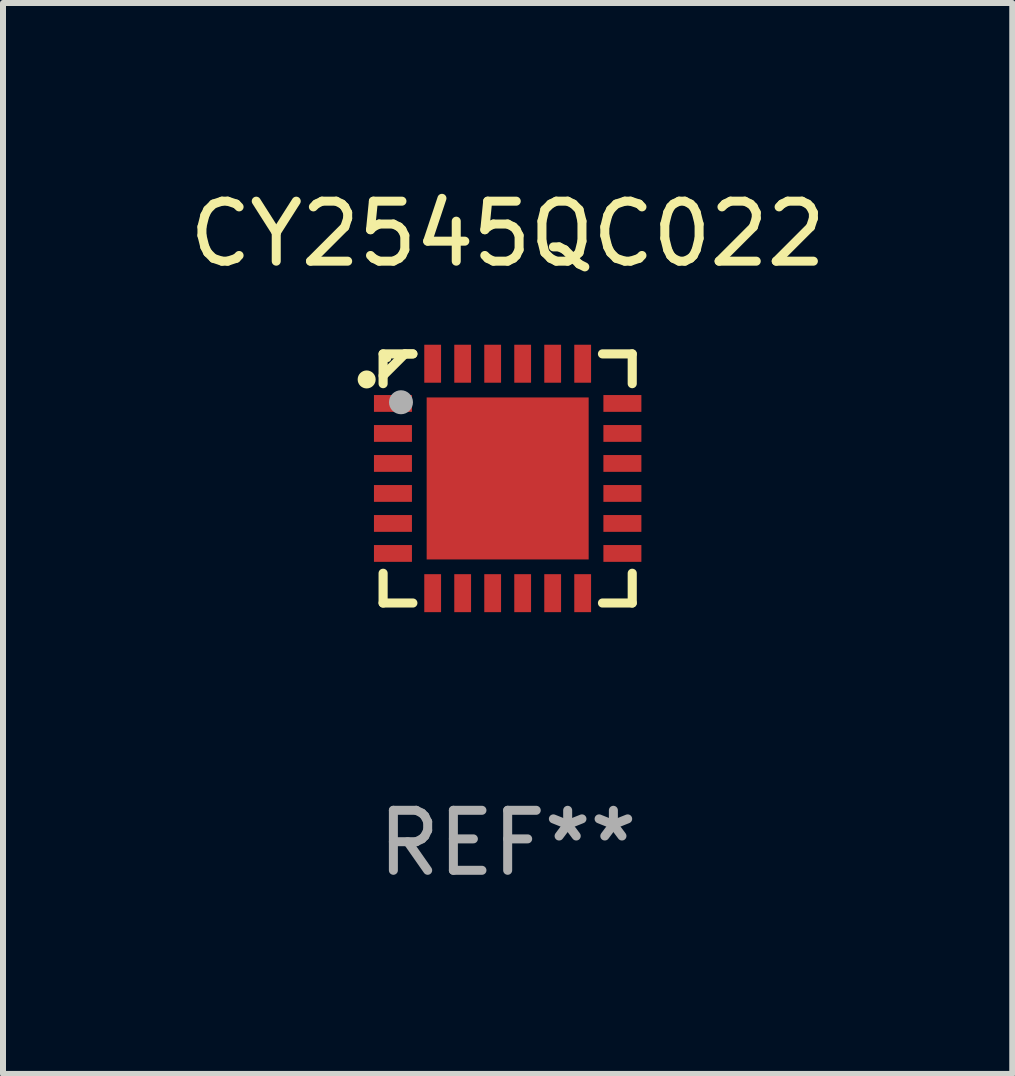
<source format=kicad_pcb>
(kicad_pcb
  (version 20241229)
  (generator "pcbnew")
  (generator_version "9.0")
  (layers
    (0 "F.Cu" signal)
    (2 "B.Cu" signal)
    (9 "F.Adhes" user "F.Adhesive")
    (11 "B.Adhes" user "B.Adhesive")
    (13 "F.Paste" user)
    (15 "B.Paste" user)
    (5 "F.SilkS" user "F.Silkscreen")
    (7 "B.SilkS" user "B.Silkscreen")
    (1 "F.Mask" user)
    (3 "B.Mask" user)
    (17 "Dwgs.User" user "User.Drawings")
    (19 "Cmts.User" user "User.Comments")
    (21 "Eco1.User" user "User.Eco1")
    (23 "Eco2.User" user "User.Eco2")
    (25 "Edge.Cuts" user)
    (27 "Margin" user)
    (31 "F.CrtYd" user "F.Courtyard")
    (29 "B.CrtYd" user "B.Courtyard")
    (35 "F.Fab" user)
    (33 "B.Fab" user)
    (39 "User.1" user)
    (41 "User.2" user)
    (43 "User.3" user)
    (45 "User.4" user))
  (footprint "CY2545QC022"
    (layer "F.Cu")
    (at 5.411 4.924)
    (property "Reference" "CY2545QC022" (at 0 -4.076 0) (layer "F.SilkS") (effects (font (size 1 1) (thickness 0.15))))
    (attr through_hole)
    (fp_line (start -2.076 -2.076) (end -2.076 -1.58) (stroke (width 0.152) (type solid)) (layer "F.SilkS"))
    (fp_line (start -2.076 2.076) (end -2.076 1.58) (stroke (width 0.152) (type solid)) (layer "F.SilkS"))
    (fp_line (start -1.713 -2.076) (end -2.076 -1.713) (stroke (width 0.152) (type solid)) (layer "F.SilkS"))
    (fp_line (start -1.58 -2.076) (end -2.076 -2.076) (stroke (width 0.152) (type solid)) (layer "F.SilkS"))
    (fp_line (start -1.58 -2.076) (end -1.713 -2.076) (stroke (width 0.152) (type solid)) (layer "F.SilkS"))
    (fp_line (start -1.58 2.076) (end -2.076 2.076) (stroke (width 0.152) (type solid)) (layer "F.SilkS"))
    (fp_line (start 1.58 -2.076) (end 2.076 -2.076) (stroke (width 0.152) (type solid)) (layer "F.SilkS"))
    (fp_line (start 1.58 2.076) (end 2.076 2.076) (stroke (width 0.152) (type solid)) (layer "F.SilkS"))
    (fp_line (start 2.076 -2.076) (end 2.076 -1.58) (stroke (width 0.152) (type solid)) (layer "F.SilkS"))
    (fp_line (start 2.076 2.076) (end 2.076 1.58) (stroke (width 0.152) (type solid)) (layer "F.SilkS"))
    (fp_circle (center -2.35 -1.65) (end -2.275 -1.65) (stroke (width 0.15) (type solid)) (fill no) (layer "F.SilkS"))
    (fp_circle (center -2 -2) (end -1.97 -2) (stroke (width 0.06) (type solid)) (fill no) (layer "F.SilkS"))
    (fp_circle (center -1.778 -1.27) (end -1.678 -1.27) (stroke (width 0.2) (type solid)) (fill no) (layer "F.Fab"))
    (fp_text user "REF**" (at 0 6.076 0) (layer "F.Fab") (effects (font (size 1 1) (thickness 0.15))))
    (pad "1" smd rect (at -1.912 -1.25) (size 0.633 0.28) (layers "F.Cu" "F.Mask" "F.Paste"))
    (pad "2" smd rect (at -1.912 -0.75) (size 0.633 0.28) (layers "F.Cu" "F.Mask" "F.Paste"))
    (pad "3" smd rect (at -1.912 -0.25) (size 0.633 0.28) (layers "F.Cu" "F.Mask" "F.Paste"))
    (pad "4" smd rect (at -1.912 0.25) (size 0.633 0.28) (layers "F.Cu" "F.Mask" "F.Paste"))
    (pad "5" smd rect (at -1.912 0.75) (size 0.633 0.28) (layers "F.Cu" "F.Mask" "F.Paste"))
    (pad "6" smd rect (at -1.912 1.25) (size 0.633 0.28) (layers "F.Cu" "F.Mask" "F.Paste"))
    (pad "7" smd rect (at -1.25 1.912) (size 0.28 0.633) (layers "F.Cu" "F.Mask" "F.Paste"))
    (pad "8" smd rect (at -0.75 1.912) (size 0.28 0.633) (layers "F.Cu" "F.Mask" "F.Paste"))
    (pad "9" smd rect (at -0.25 1.912) (size 0.28 0.633) (layers "F.Cu" "F.Mask" "F.Paste"))
    (pad "10" smd rect (at 0.25 1.912) (size 0.28 0.633) (layers "F.Cu" "F.Mask" "F.Paste"))
    (pad "11" smd rect (at 0.75 1.912) (size 0.28 0.633) (layers "F.Cu" "F.Mask" "F.Paste"))
    (pad "12" smd rect (at 1.25 1.912) (size 0.28 0.633) (layers "F.Cu" "F.Mask" "F.Paste"))
    (pad "13" smd rect (at 1.912 1.25) (size 0.633 0.28) (layers "F.Cu" "F.Mask" "F.Paste"))
    (pad "14" smd rect (at 1.912 0.75) (size 0.633 0.28) (layers "F.Cu" "F.Mask" "F.Paste"))
    (pad "15" smd rect (at 1.912 0.25) (size 0.633 0.28) (layers "F.Cu" "F.Mask" "F.Paste"))
    (pad "16" smd rect (at 1.912 -0.25) (size 0.633 0.28) (layers "F.Cu" "F.Mask" "F.Paste"))
    (pad "17" smd rect (at 1.912 -0.75) (size 0.633 0.28) (layers "F.Cu" "F.Mask" "F.Paste"))
    (pad "18" smd rect (at 1.912 -1.25) (size 0.633 0.28) (layers "F.Cu" "F.Mask" "F.Paste"))
    (pad "19" smd rect (at 1.25 -1.912) (size 0.28 0.633) (layers "F.Cu" "F.Mask" "F.Paste"))
    (pad "20" smd rect (at 0.75 -1.912) (size 0.28 0.633) (layers "F.Cu" "F.Mask" "F.Paste"))
    (pad "21" smd rect (at 0.25 -1.912) (size 0.28 0.633) (layers "F.Cu" "F.Mask" "F.Paste"))
    (pad "22" smd rect (at -0.25 -1.912) (size 0.28 0.633) (layers "F.Cu" "F.Mask" "F.Paste"))
    (pad "23" smd rect (at -0.75 -1.912) (size 0.28 0.633) (layers "F.Cu" "F.Mask" "F.Paste"))
    (pad "24" smd rect (at -1.25 -1.912) (size 0.28 0.633) (layers "F.Cu" "F.Mask" "F.Paste"))
    (pad "25" smd rect (at 0 0) (size 2.7 2.7) (layers "F.Cu" "F.Mask" "F.Paste")))
  (gr_rect
    (start -3 -3)
    (end 13.821 14.849)
    (stroke (width 0.1) (type default))
    (fill no)
    (layer "Edge.Cuts")))
</source>
